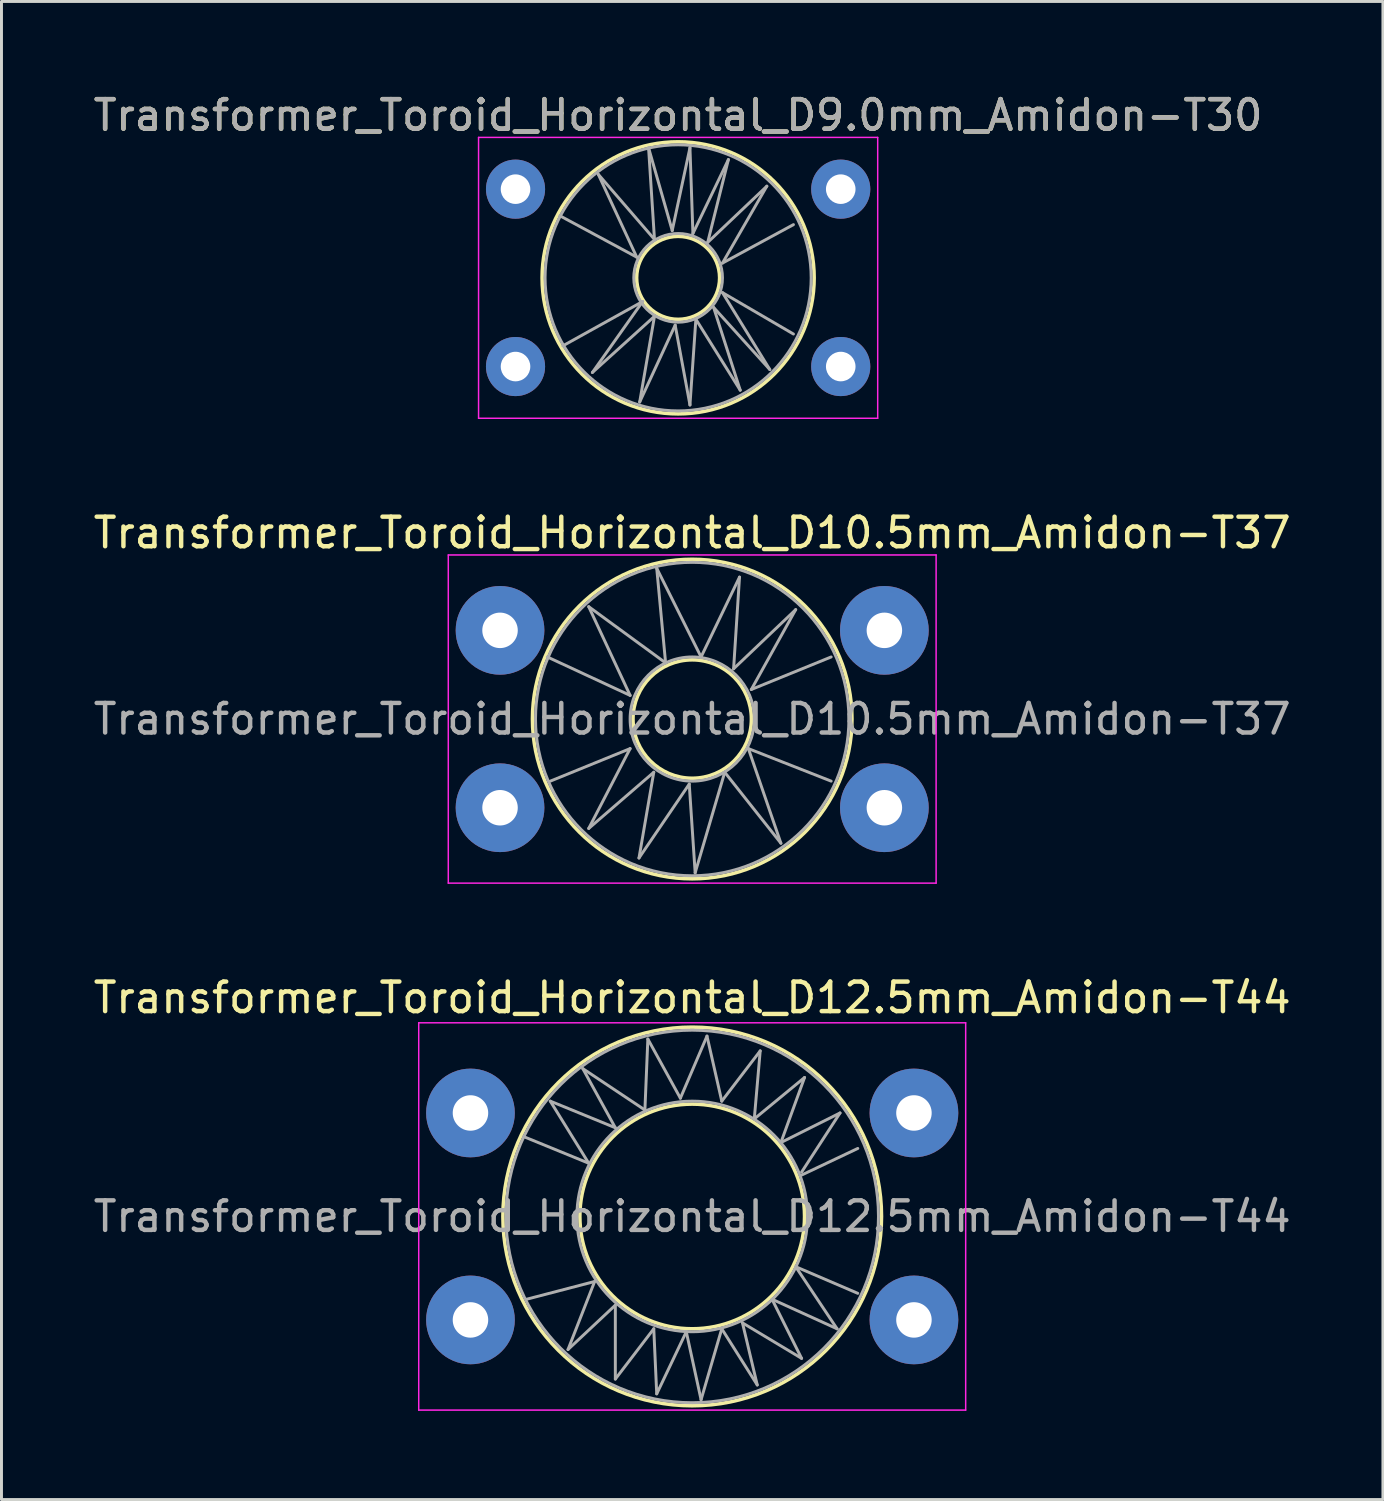
<source format=kicad_pcb>
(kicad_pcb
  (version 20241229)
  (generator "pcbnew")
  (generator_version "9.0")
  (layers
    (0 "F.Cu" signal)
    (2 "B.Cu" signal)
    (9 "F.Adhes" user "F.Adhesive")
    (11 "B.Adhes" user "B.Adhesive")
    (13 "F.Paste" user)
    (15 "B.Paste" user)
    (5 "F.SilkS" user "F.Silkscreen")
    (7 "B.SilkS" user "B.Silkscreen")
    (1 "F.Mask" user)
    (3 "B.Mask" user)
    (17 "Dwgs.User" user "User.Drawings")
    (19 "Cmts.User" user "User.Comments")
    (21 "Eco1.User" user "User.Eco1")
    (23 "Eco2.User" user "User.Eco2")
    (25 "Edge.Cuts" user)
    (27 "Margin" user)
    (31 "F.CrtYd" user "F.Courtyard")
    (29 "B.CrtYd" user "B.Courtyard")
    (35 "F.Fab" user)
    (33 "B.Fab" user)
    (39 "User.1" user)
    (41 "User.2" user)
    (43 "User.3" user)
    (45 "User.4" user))
  (footprint "Transformer_Toroid_Horizontal_D10.5mm_Amidon-T37"
    (layer "F.Cu")
    (at 13.863 24.271)
    (property "Reference" "Transformer_Toroid_Horizontal_D10.5mm_Amidon-T37" (at 6.5 -9.3 0) (layer "F.SilkS") (effects (font (size 1 1) (thickness 0.15))))
    (attr through_hole)
    (fp_circle (center 6.5 -3) (end 8.5 -2.9) (stroke (width 0.12) (type solid)) (fill no) (layer "F.SilkS"))
    (fp_circle (center 6.5 -3) (end 11.9 -2.8) (stroke (width 0.12) (type solid)) (fill no) (layer "F.SilkS"))
    (fp_line (start -1.75 -8.55) (end -1.75 2.55) (stroke (width 0.05) (type solid)) (layer "F.CrtYd"))
    (fp_line (start -1.75 -8.55) (end 14.75 -8.55) (stroke (width 0.05) (type solid)) (layer "F.CrtYd"))
    (fp_line (start 14.75 2.55) (end -1.75 2.55) (stroke (width 0.05) (type solid)) (layer "F.CrtYd"))
    (fp_line (start 14.75 2.55) (end 14.75 -8.55) (stroke (width 0.05) (type solid)) (layer "F.CrtYd"))
    (fp_line (start 1.6 -5.1) (end 4.4 -3.8) (stroke (width 0.1) (type solid)) (layer "F.Fab"))
    (fp_line (start 1.7 -0.9) (end 4.4 -2) (stroke (width 0.1) (type solid)) (layer "F.Fab"))
    (fp_line (start 3 -6.8) (end 5.6 -4.9) (stroke (width 0.1) (type solid)) (layer "F.Fab"))
    (fp_line (start 3 0.7) (end 5.2 -1.2) (stroke (width 0.1) (type solid)) (layer "F.Fab"))
    (fp_line (start 4.4 -3.8) (end 3 -6.8) (stroke (width 0.1) (type solid)) (layer "F.Fab"))
    (fp_line (start 4.4 -2) (end 3 0.7) (stroke (width 0.1) (type solid)) (layer "F.Fab"))
    (fp_line (start 4.7 1.7) (end 6.4 -0.8) (stroke (width 0.1) (type solid)) (layer "F.Fab"))
    (fp_line (start 5.2 -1.2) (end 4.7 1.7) (stroke (width 0.1) (type solid)) (layer "F.Fab"))
    (fp_line (start 5.3 -8.1) (end 6.8 -5.1) (stroke (width 0.1) (type solid)) (layer "F.Fab"))
    (fp_line (start 5.6 -4.9) (end 5.3 -8.1) (stroke (width 0.1) (type solid)) (layer "F.Fab"))
    (fp_line (start 6.4 -0.8) (end 6.6 2.2) (stroke (width 0.1) (type solid)) (layer "F.Fab"))
    (fp_line (start 6.6 2.2) (end 7.6 -1.2) (stroke (width 0.1) (type solid)) (layer "F.Fab"))
    (fp_line (start 6.8 -5.1) (end 8.1 -7.8) (stroke (width 0.1) (type solid)) (layer "F.Fab"))
    (fp_line (start 7.6 -1.2) (end 9.5 1.2) (stroke (width 0.1) (type solid)) (layer "F.Fab"))
    (fp_line (start 7.9 -4.7) (end 10 -6.7) (stroke (width 0.1) (type solid)) (layer "F.Fab"))
    (fp_line (start 8.1 -7.8) (end 7.9 -4.7) (stroke (width 0.1) (type solid)) (layer "F.Fab"))
    (fp_line (start 8.4 -2) (end 11.2 -0.9) (stroke (width 0.1) (type solid)) (layer "F.Fab"))
    (fp_line (start 8.5 -4) (end 11.2 -5.1) (stroke (width 0.1) (type solid)) (layer "F.Fab"))
    (fp_line (start 9.5 1.2) (end 8.4 -2) (stroke (width 0.1) (type solid)) (layer "F.Fab"))
    (fp_line (start 10 -6.7) (end 8.5 -4) (stroke (width 0.1) (type solid)) (layer "F.Fab"))
    (fp_circle (center 6.5 -3) (end 8.6 -3) (stroke (width 0.1) (type solid)) (fill no) (layer "F.Fab"))
    (fp_circle (center 6.5 -3) (end 11.8 -3) (stroke (width 0.1) (type solid)) (fill no) (layer "F.Fab"))
    (fp_text user "${REFERENCE}" (at 6.5 -3 0) (layer "F.Fab") (effects (font (size 1 1) (thickness 0.15))))
    (pad "1" thru_hole circle (at 0 0) (size 3 3) (drill 1.2) (layers "*.Cu" "*.Mask"))
    (pad "2" thru_hole circle (at 13 0) (size 3 3) (drill 1.2) (layers "*.Cu" "*.Mask"))
    (pad "3" thru_hole circle (at 0 -6) (size 3 3) (drill 1.2) (layers "*.Cu" "*.Mask"))
    (pad "4" thru_hole circle (at 13 -6) (size 3 3) (drill 1.2) (layers "*.Cu" "*.Mask")))
  (footprint "Transformer_Toroid_Horizontal_D12.5mm_Amidon-T44"
    (layer "F.Cu")
    (at 12.863 41.595)
    (property "Reference" "Transformer_Toroid_Horizontal_D12.5mm_Amidon-T44" (at 7.5 -10.9 0) (layer "F.SilkS") (effects (font (size 1 1) (thickness 0.15))))
    (attr through_hole)
    (fp_circle (center 7.5 -3.5) (end 11.3 -3.5) (stroke (width 0.12) (type solid)) (fill no) (layer "F.SilkS"))
    (fp_circle (center 7.5 -3.5) (end 13.9 -3.7) (stroke (width 0.12) (type solid)) (fill no) (layer "F.SilkS"))
    (fp_line (start -1.75 -10.05) (end -1.75 3.05) (stroke (width 0.05) (type solid)) (layer "F.CrtYd"))
    (fp_line (start -1.75 -10.05) (end 16.75 -10.05) (stroke (width 0.05) (type solid)) (layer "F.CrtYd"))
    (fp_line (start 16.75 3.05) (end -1.75 3.05) (stroke (width 0.05) (type solid)) (layer "F.CrtYd"))
    (fp_line (start 16.75 3.05) (end 16.75 -10.05) (stroke (width 0.05) (type solid)) (layer "F.CrtYd"))
    (fp_line (start 1.8 -6.2) (end 4 -5.3) (stroke (width 0.1) (type solid)) (layer "F.Fab"))
    (fp_line (start 1.9 -0.7) (end 4.2 -1.3) (stroke (width 0.1) (type solid)) (layer "F.Fab"))
    (fp_line (start 2.7 -7.4) (end 4.9 -6.5) (stroke (width 0.1) (type solid)) (layer "F.Fab"))
    (fp_line (start 3.3 1) (end 4.9 -0.5) (stroke (width 0.1) (type solid)) (layer "F.Fab"))
    (fp_line (start 3.8 -8.5) (end 5.9 -7.1) (stroke (width 0.1) (type solid)) (layer "F.Fab"))
    (fp_line (start 4 -5.3) (end 2.7 -7.4) (stroke (width 0.1) (type solid)) (layer "F.Fab"))
    (fp_line (start 4.2 -1.3) (end 3.3 1) (stroke (width 0.1) (type solid)) (layer "F.Fab"))
    (fp_line (start 4.9 -6.5) (end 3.8 -8.5) (stroke (width 0.1) (type solid)) (layer "F.Fab"))
    (fp_line (start 4.9 -0.5) (end 4.9 2) (stroke (width 0.1) (type solid)) (layer "F.Fab"))
    (fp_line (start 4.9 2) (end 6.2 0.3) (stroke (width 0.1) (type solid)) (layer "F.Fab"))
    (fp_line (start 5.9 -7.1) (end 6 -9.5) (stroke (width 0.1) (type solid)) (layer "F.Fab"))
    (fp_line (start 6 -9.5) (end 7.1 -7.5) (stroke (width 0.1) (type solid)) (layer "F.Fab"))
    (fp_line (start 6.2 0.3) (end 6.3 2.5) (stroke (width 0.1) (type solid)) (layer "F.Fab"))
    (fp_line (start 6.3 2.5) (end 7.3 0.4) (stroke (width 0.1) (type solid)) (layer "F.Fab"))
    (fp_line (start 7.1 -7.5) (end 8 -9.6) (stroke (width 0.1) (type solid)) (layer "F.Fab"))
    (fp_line (start 7.3 0.4) (end 7.8 2.7) (stroke (width 0.1) (type solid)) (layer "F.Fab"))
    (fp_line (start 7.8 2.7) (end 8.5 0.3) (stroke (width 0.1) (type solid)) (layer "F.Fab"))
    (fp_line (start 8 -9.6) (end 8.5 -7.4) (stroke (width 0.1) (type solid)) (layer "F.Fab"))
    (fp_line (start 8.5 -7.4) (end 9.8 -9.1) (stroke (width 0.1) (type solid)) (layer "F.Fab"))
    (fp_line (start 8.5 0.3) (end 9.7 2.2) (stroke (width 0.1) (type solid)) (layer "F.Fab"))
    (fp_line (start 9.2 0.1) (end 11.2 1.3) (stroke (width 0.1) (type solid)) (layer "F.Fab"))
    (fp_line (start 9.6 -6.8) (end 11.3 -8.2) (stroke (width 0.1) (type solid)) (layer "F.Fab"))
    (fp_line (start 9.7 2.2) (end 9.2 0.1) (stroke (width 0.1) (type solid)) (layer "F.Fab"))
    (fp_line (start 9.8 -9.1) (end 9.6 -6.8) (stroke (width 0.1) (type solid)) (layer "F.Fab"))
    (fp_line (start 10.2 -0.7) (end 12.4 0.3) (stroke (width 0.1) (type solid)) (layer "F.Fab"))
    (fp_line (start 10.5 -6) (end 12.5 -7) (stroke (width 0.1) (type solid)) (layer "F.Fab"))
    (fp_line (start 11 -1.8) (end 13.1 -0.9) (stroke (width 0.1) (type solid)) (layer "F.Fab"))
    (fp_line (start 11.2 -4.9) (end 13.1 -5.8) (stroke (width 0.1) (type solid)) (layer "F.Fab"))
    (fp_line (start 11.2 1.3) (end 10.2 -0.7) (stroke (width 0.1) (type solid)) (layer "F.Fab"))
    (fp_line (start 11.3 -8.2) (end 10.5 -6) (stroke (width 0.1) (type solid)) (layer "F.Fab"))
    (fp_line (start 12.4 0.3) (end 11 -1.8) (stroke (width 0.1) (type solid)) (layer "F.Fab"))
    (fp_line (start 12.5 -7) (end 11.2 -5) (stroke (width 0.1) (type solid)) (layer "F.Fab"))
    (fp_circle (center 7.5 -3.5) (end 11.4 -3.5) (stroke (width 0.1) (type solid)) (fill no) (layer "F.Fab"))
    (fp_circle (center 7.5 -3.5) (end 13.8 -3.5) (stroke (width 0.1) (type solid)) (fill no) (layer "F.Fab"))
    (fp_text user "${REFERENCE}" (at 7.5 -3.5 0) (layer "F.Fab") (effects (font (size 1 1) (thickness 0.15))))
    (pad "1" thru_hole circle (at 0 0) (size 3 3) (drill 1.2) (layers "*.Cu" "*.Mask"))
    (pad "2" thru_hole circle (at 15 0) (size 3 3) (drill 1.2) (layers "*.Cu" "*.Mask"))
    (pad "3" thru_hole circle (at 0 -7) (size 3 3) (drill 1.2) (layers "*.Cu" "*.Mask"))
    (pad "4" thru_hole circle (at 15 -7) (size 3 3) (drill 1.2) (layers "*.Cu" "*.Mask")))
  (footprint "Transformer_Toroid_Horizontal_D9.0mm_Amidon-T30"
    (layer "F.Cu")
    (at 14.387 9.348)
    (property "Reference" "Transformer_Toroid_Horizontal_D9.0mm_Amidon-T30" (at 5.5 -8.5 0) (layer "F.SilkS") (effects (font (size 1 1) (thickness 0.15))))
    (attr through_hole)
    (fp_circle (center 5.5 -3) (end 6.9 -3.1) (stroke (width 0.12) (type solid)) (fill no) (layer "F.SilkS"))
    (fp_circle (center 5.5 -3) (end 10.1 -3.1) (stroke (width 0.12) (type solid)) (fill no) (layer "F.SilkS"))
    (fp_line (start -1.25 -7.75) (end -1.25 1.75) (stroke (width 0.05) (type solid)) (layer "F.CrtYd"))
    (fp_line (start -1.25 -7.75) (end 12.25 -7.75) (stroke (width 0.05) (type solid)) (layer "F.CrtYd"))
    (fp_line (start 12.25 1.75) (end -1.25 1.75) (stroke (width 0.05) (type solid)) (layer "F.CrtYd"))
    (fp_line (start 12.25 1.75) (end 12.25 -7.75) (stroke (width 0.05) (type solid)) (layer "F.CrtYd"))
    (fp_line (start 1.5 -5.1) (end 4.1 -3.7) (stroke (width 0.1) (type solid)) (layer "F.Fab"))
    (fp_line (start 1.6 -0.7) (end 4.3 -2.2) (stroke (width 0.1) (type solid)) (layer "F.Fab"))
    (fp_line (start 2.6 0.2) (end 4.7 -1.7) (stroke (width 0.1) (type solid)) (layer "F.Fab"))
    (fp_line (start 2.8 -6.5) (end 4.7 -4.3) (stroke (width 0.1) (type solid)) (layer "F.Fab"))
    (fp_line (start 4.1 -3.7) (end 2.8 -6.5) (stroke (width 0.1) (type solid)) (layer "F.Fab"))
    (fp_line (start 4.2 1.2) (end 5.4 -1.4) (stroke (width 0.1) (type solid)) (layer "F.Fab"))
    (fp_line (start 4.3 -2.2) (end 2.6 0.2) (stroke (width 0.1) (type solid)) (layer "F.Fab"))
    (fp_line (start 4.5 -7.4) (end 5.3 -4.6) (stroke (width 0.1) (type solid)) (layer "F.Fab"))
    (fp_line (start 4.7 -4.3) (end 4.5 -7.4) (stroke (width 0.1) (type solid)) (layer "F.Fab"))
    (fp_line (start 4.7 -1.7) (end 4.2 1.2) (stroke (width 0.1) (type solid)) (layer "F.Fab"))
    (fp_line (start 5.3 -4.6) (end 5.9 -7.4) (stroke (width 0.1) (type solid)) (layer "F.Fab"))
    (fp_line (start 5.4 -1.4) (end 5.9 1.3) (stroke (width 0.1) (type solid)) (layer "F.Fab"))
    (fp_line (start 5.9 -7.4) (end 6 -4.5) (stroke (width 0.1) (type solid)) (layer "F.Fab"))
    (fp_line (start 5.9 1.3) (end 6.1 -1.6) (stroke (width 0.1) (type solid)) (layer "F.Fab"))
    (fp_line (start 6 -4.5) (end 7.2 -7) (stroke (width 0.1) (type solid)) (layer "F.Fab"))
    (fp_line (start 6.1 -1.6) (end 7.6 0.8) (stroke (width 0.1) (type solid)) (layer "F.Fab"))
    (fp_line (start 6.5 -4.2) (end 8.5 -6.1) (stroke (width 0.1) (type solid)) (layer "F.Fab"))
    (fp_line (start 6.7 -2) (end 8.6 0.1) (stroke (width 0.1) (type solid)) (layer "F.Fab"))
    (fp_line (start 7 -3.5) (end 9.4 -4.8) (stroke (width 0.1) (type solid)) (layer "F.Fab"))
    (fp_line (start 7 -2.5) (end 9.4 -1.1) (stroke (width 0.1) (type solid)) (layer "F.Fab"))
    (fp_line (start 7.2 -7) (end 6.5 -4.2) (stroke (width 0.1) (type solid)) (layer "F.Fab"))
    (fp_line (start 7.6 0.8) (end 6.7 -2) (stroke (width 0.1) (type solid)) (layer "F.Fab"))
    (fp_line (start 8.5 -6.1) (end 7 -3.5) (stroke (width 0.1) (type solid)) (layer "F.Fab"))
    (fp_line (start 8.6 0.1) (end 7 -2.5) (stroke (width 0.1) (type solid)) (layer "F.Fab"))
    (fp_circle (center 5.5 -3) (end 7 -3) (stroke (width 0.1) (type solid)) (fill no) (layer "F.Fab"))
    (fp_circle (center 5.5 -3) (end 10 -3) (stroke (width 0.1) (type solid)) (fill no) (layer "F.Fab"))
    (fp_text user "${REFERENCE}" (at 5.5 -8.5 0) (layer "F.Fab") (effects (font (size 1 1) (thickness 0.15))))
    (pad "1" thru_hole circle (at 0 0) (size 2 2) (drill 1) (layers "*.Cu" "*.Mask"))
    (pad "2" thru_hole circle (at 11 0) (size 2 2) (drill 1) (layers "*.Cu" "*.Mask"))
    (pad "3" thru_hole circle (at 0 -6) (size 2 2) (drill 1) (layers "*.Cu" "*.Mask"))
    (pad "4" thru_hole circle (at 11 -6) (size 2 2) (drill 1) (layers "*.Cu" "*.Mask")))
  (gr_rect
    (start -3 -3)
    (end 43.726 47.67)
    (stroke (width 0.1) (type default))
    (fill no)
    (layer "Edge.Cuts")))
</source>
